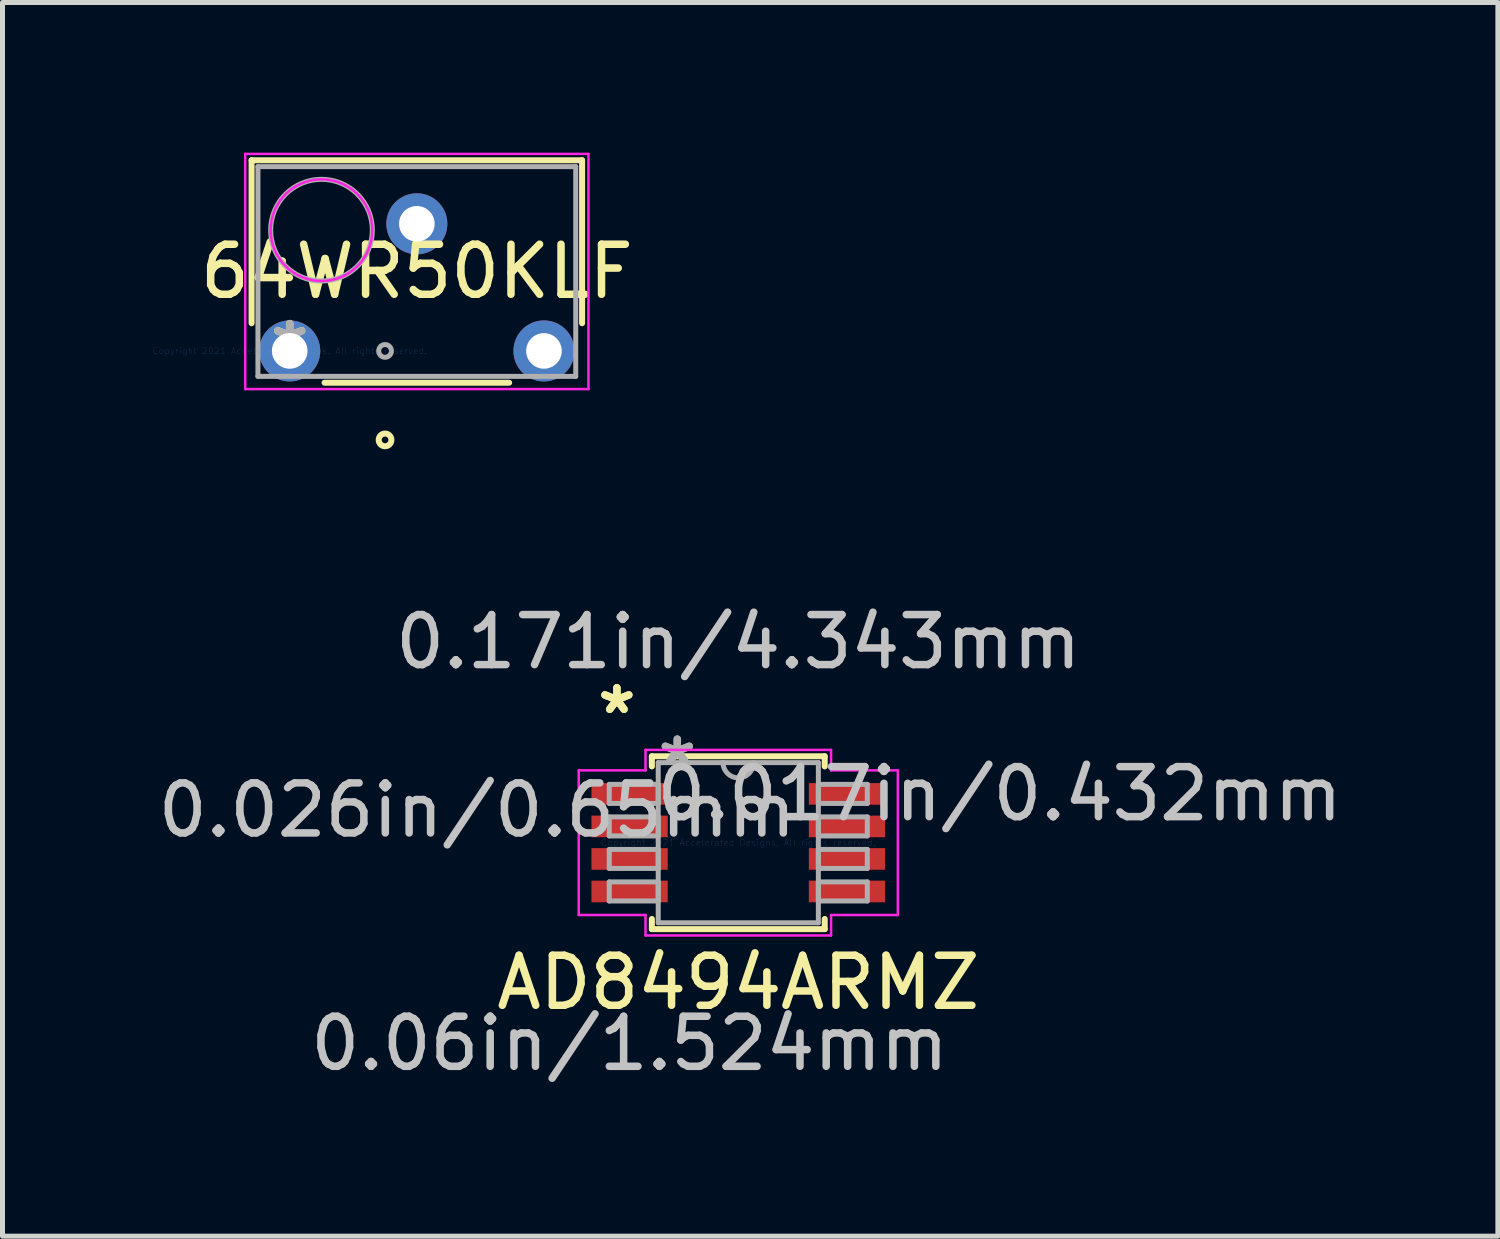
<source format=kicad_pcb>
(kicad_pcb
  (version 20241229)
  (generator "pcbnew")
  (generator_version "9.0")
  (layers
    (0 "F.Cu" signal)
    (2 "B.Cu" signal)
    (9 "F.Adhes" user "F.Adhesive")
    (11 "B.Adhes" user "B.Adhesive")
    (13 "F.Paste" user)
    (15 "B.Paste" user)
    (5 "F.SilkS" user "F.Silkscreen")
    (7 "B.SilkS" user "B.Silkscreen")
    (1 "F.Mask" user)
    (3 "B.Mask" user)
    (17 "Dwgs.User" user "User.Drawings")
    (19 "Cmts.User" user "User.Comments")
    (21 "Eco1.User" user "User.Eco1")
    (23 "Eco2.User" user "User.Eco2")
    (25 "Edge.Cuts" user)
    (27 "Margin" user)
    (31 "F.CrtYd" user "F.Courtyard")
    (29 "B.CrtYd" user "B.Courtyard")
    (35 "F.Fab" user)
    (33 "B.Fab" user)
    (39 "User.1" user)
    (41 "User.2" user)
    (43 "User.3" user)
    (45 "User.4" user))
  (footprint "AD8494ARMZ"
    (layer "F.Cu")
    (at 11.702 13.788)
    (property "Reference" "AD8494ARMZ" (at 0 2.794 0) (layer "F.SilkS") (effects (font (size 1 1) (thickness 0.15))))
    (attr through_hole)
    (fp_line (start -1.727 -1.727) (end -1.727 -1.524) (stroke (width 0.12) (type solid)) (layer "F.SilkS"))
    (fp_line (start -1.727 1.524) (end -1.727 1.727) (stroke (width 0.12) (type solid)) (layer "F.SilkS"))
    (fp_line (start -1.727 1.727) (end 1.727 1.727) (stroke (width 0.12) (type solid)) (layer "F.SilkS"))
    (fp_line (start 1.727 -1.727) (end -1.727 -1.727) (stroke (width 0.12) (type solid)) (layer "F.SilkS"))
    (fp_line (start 1.727 -1.524) (end 1.727 -1.727) (stroke (width 0.12) (type solid)) (layer "F.SilkS"))
    (fp_line (start 1.727 1.727) (end 1.727 1.524) (stroke (width 0.12) (type solid)) (layer "F.SilkS"))
    (fp_line (start -3.188 -1.445) (end -1.854 -1.445) (stroke (width 0.05) (type solid)) (layer "F.CrtYd"))
    (fp_line (start -3.188 1.445) (end -3.188 -1.445) (stroke (width 0.05) (type solid)) (layer "F.CrtYd"))
    (fp_line (start -1.854 -1.854) (end 1.854 -1.854) (stroke (width 0.05) (type solid)) (layer "F.CrtYd"))
    (fp_line (start -1.854 -1.445) (end -1.854 -1.854) (stroke (width 0.05) (type solid)) (layer "F.CrtYd"))
    (fp_line (start -1.854 1.445) (end -3.188 1.445) (stroke (width 0.05) (type solid)) (layer "F.CrtYd"))
    (fp_line (start -1.854 1.854) (end -1.854 1.445) (stroke (width 0.05) (type solid)) (layer "F.CrtYd"))
    (fp_line (start 1.854 -1.854) (end 1.854 -1.445) (stroke (width 0.05) (type solid)) (layer "F.CrtYd"))
    (fp_line (start 1.854 -1.445) (end 3.188 -1.445) (stroke (width 0.05) (type solid)) (layer "F.CrtYd"))
    (fp_line (start 1.854 1.445) (end 1.854 1.854) (stroke (width 0.05) (type solid)) (layer "F.CrtYd"))
    (fp_line (start 1.854 1.854) (end -1.854 1.854) (stroke (width 0.05) (type solid)) (layer "F.CrtYd"))
    (fp_line (start 3.188 -1.445) (end 3.188 1.445) (stroke (width 0.05) (type solid)) (layer "F.CrtYd"))
    (fp_line (start 3.188 1.445) (end 1.854 1.445) (stroke (width 0.05) (type solid)) (layer "F.CrtYd"))
    (fp_line (start -2.578 -1.165) (end -2.578 -0.784) (stroke (width 0.1) (type solid)) (layer "F.Fab"))
    (fp_line (start -2.578 -0.784) (end -1.6 -0.784) (stroke (width 0.1) (type solid)) (layer "F.Fab"))
    (fp_line (start -2.578 -0.515) (end -2.578 -0.135) (stroke (width 0.1) (type solid)) (layer "F.Fab"))
    (fp_line (start -2.578 -0.135) (end -1.6 -0.135) (stroke (width 0.1) (type solid)) (layer "F.Fab"))
    (fp_line (start -2.578 0.135) (end -2.578 0.515) (stroke (width 0.1) (type solid)) (layer "F.Fab"))
    (fp_line (start -2.578 0.515) (end -1.6 0.515) (stroke (width 0.1) (type solid)) (layer "F.Fab"))
    (fp_line (start -2.578 0.784) (end -2.578 1.165) (stroke (width 0.1) (type solid)) (layer "F.Fab"))
    (fp_line (start -2.578 1.165) (end -1.6 1.165) (stroke (width 0.1) (type solid)) (layer "F.Fab"))
    (fp_line (start -1.6 -1.6) (end -1.6 1.6) (stroke (width 0.1) (type solid)) (layer "F.Fab"))
    (fp_line (start -1.6 -1.165) (end -2.578 -1.165) (stroke (width 0.1) (type solid)) (layer "F.Fab"))
    (fp_line (start -1.6 -0.784) (end -1.6 -1.165) (stroke (width 0.1) (type solid)) (layer "F.Fab"))
    (fp_line (start -1.6 -0.515) (end -2.578 -0.515) (stroke (width 0.1) (type solid)) (layer "F.Fab"))
    (fp_line (start -1.6 -0.135) (end -1.6 -0.515) (stroke (width 0.1) (type solid)) (layer "F.Fab"))
    (fp_line (start -1.6 0.135) (end -2.578 0.135) (stroke (width 0.1) (type solid)) (layer "F.Fab"))
    (fp_line (start -1.6 0.515) (end -1.6 0.135) (stroke (width 0.1) (type solid)) (layer "F.Fab"))
    (fp_line (start -1.6 0.784) (end -2.578 0.784) (stroke (width 0.1) (type solid)) (layer "F.Fab"))
    (fp_line (start -1.6 1.165) (end -1.6 0.784) (stroke (width 0.1) (type solid)) (layer "F.Fab"))
    (fp_line (start -1.6 1.6) (end 1.6 1.6) (stroke (width 0.1) (type solid)) (layer "F.Fab"))
    (fp_line (start 1.6 -1.6) (end -1.6 -1.6) (stroke (width 0.1) (type solid)) (layer "F.Fab"))
    (fp_line (start 1.6 -1.165) (end 1.6 -0.784) (stroke (width 0.1) (type solid)) (layer "F.Fab"))
    (fp_line (start 1.6 -0.784) (end 2.578 -0.784) (stroke (width 0.1) (type solid)) (layer "F.Fab"))
    (fp_line (start 1.6 -0.515) (end 1.6 -0.135) (stroke (width 0.1) (type solid)) (layer "F.Fab"))
    (fp_line (start 1.6 -0.135) (end 2.578 -0.135) (stroke (width 0.1) (type solid)) (layer "F.Fab"))
    (fp_line (start 1.6 0.135) (end 1.6 0.515) (stroke (width 0.1) (type solid)) (layer "F.Fab"))
    (fp_line (start 1.6 0.515) (end 2.578 0.515) (stroke (width 0.1) (type solid)) (layer "F.Fab"))
    (fp_line (start 1.6 0.784) (end 1.6 1.165) (stroke (width 0.1) (type solid)) (layer "F.Fab"))
    (fp_line (start 1.6 1.165) (end 2.578 1.165) (stroke (width 0.1) (type solid)) (layer "F.Fab"))
    (fp_line (start 1.6 1.6) (end 1.6 -1.6) (stroke (width 0.1) (type solid)) (layer "F.Fab"))
    (fp_line (start 2.578 -1.165) (end 1.6 -1.165) (stroke (width 0.1) (type solid)) (layer "F.Fab"))
    (fp_line (start 2.578 -0.784) (end 2.578 -1.165) (stroke (width 0.1) (type solid)) (layer "F.Fab"))
    (fp_line (start 2.578 -0.515) (end 1.6 -0.515) (stroke (width 0.1) (type solid)) (layer "F.Fab"))
    (fp_line (start 2.578 -0.135) (end 2.578 -0.515) (stroke (width 0.1) (type solid)) (layer "F.Fab"))
    (fp_line (start 2.578 0.135) (end 1.6 0.135) (stroke (width 0.1) (type solid)) (layer "F.Fab"))
    (fp_line (start 2.578 0.515) (end 2.578 0.135) (stroke (width 0.1) (type solid)) (layer "F.Fab"))
    (fp_line (start 2.578 0.784) (end 1.6 0.784) (stroke (width 0.1) (type solid)) (layer "F.Fab"))
    (fp_line (start 2.578 1.165) (end 2.578 0.784) (stroke (width 0.1) (type solid)) (layer "F.Fab"))
    (fp_arc (start 0.3048 -1.6002) (mid 0 -1.2954) (end -0.3048 -1.6002) (stroke (width 0.1) (type solid)) (layer "F.Fab"))
    (fp_text user "*" (at -2.426 -2.55 0) (layer "F.SilkS") (effects (font (size 1 1) (thickness 0.15))))
    (fp_text user "*" (at -2.426 -2.55 0) (layer "F.SilkS") (effects (font (size 1 1) (thickness 0.15))))
    (fp_text user "0.06in/1.524mm" (at -2.172 4.013 0) (layer "Dwgs.User") (effects (font (size 1 1) (thickness 0.15))))
    (fp_text user "0.026in/0.65mm" (at -5.22 -0.65 0) (layer "Dwgs.User") (effects (font (size 1 1) (thickness 0.15))))
    (fp_text user "0.171in/4.343mm" (at 0 -4.013 0) (layer "Dwgs.User") (effects (font (size 1 1) (thickness 0.15))))
    (fp_text user "0.017in/0.432mm" (at 5.22 -0.975 0) (layer "Dwgs.User") (effects (font (size 1 1) (thickness 0.15))))
    (fp_text user "Copyright 2021 Accelerated Designs. All rights reserved." (at 0 0 0) (layer "Cmts.User") (effects (font (size 0.127 0.127) (thickness 0.002))))
    (fp_text user "*" (at -1.219 -1.524 0) (layer "F.Fab") (effects (font (size 1 1) (thickness 0.15))))
    (fp_text user "*" (at -1.219 -1.524 0) (layer "F.Fab") (effects (font (size 1 1) (thickness 0.15))))
    (pad "1" smd rect (at -2.172 -0.975) (size 1.524 0.432) (layers "F.Cu" "F.Mask" "F.Paste"))
    (pad "2" smd rect (at -2.172 -0.325) (size 1.524 0.432) (layers "F.Cu" "F.Mask" "F.Paste"))
    (pad "3" smd rect (at -2.172 0.325) (size 1.524 0.432) (layers "F.Cu" "F.Mask" "F.Paste"))
    (pad "4" smd rect (at -2.172 0.975) (size 1.524 0.432) (layers "F.Cu" "F.Mask" "F.Paste"))
    (pad "5" smd rect (at 2.172 0.975) (size 1.524 0.432) (layers "F.Cu" "F.Mask" "F.Paste"))
    (pad "6" smd rect (at 2.172 0.325) (size 1.524 0.432) (layers "F.Cu" "F.Mask" "F.Paste"))
    (pad "7" smd rect (at 2.172 -0.325) (size 1.524 0.432) (layers "F.Cu" "F.Mask" "F.Paste"))
    (pad "8" smd rect (at 2.172 -0.975) (size 1.524 0.432) (layers "F.Cu" "F.Mask" "F.Paste")))
  (footprint "64WR50KLF"
    (layer "F.Cu")
    (at 2.739 3.962)
    (property "Reference" "64WR50KLF" (at 2.54 -1.587 0) (layer "F.SilkS") (effects (font (size 1 1) (thickness 0.15))))
    (attr through_hole)
    (fp_line (start -0.762 -3.81) (end -0.762 -0.554) (stroke (width 0.12) (type solid)) (layer "F.SilkS"))
    (fp_line (start 0.696 0.635) (end 4.384 0.635) (stroke (width 0.12) (type solid)) (layer "F.SilkS"))
    (fp_line (start 5.842 -3.81) (end -0.762 -3.81) (stroke (width 0.12) (type solid)) (layer "F.SilkS"))
    (fp_line (start 5.842 -0.554) (end 5.842 -3.81) (stroke (width 0.12) (type solid)) (layer "F.SilkS"))
    (fp_circle (center 1.905 1.778) (end 2.032 1.778) (stroke (width 0.12) (type solid)) (fill no) (layer "F.SilkS"))
    (fp_line (start -0.889 -3.937) (end 5.969 -3.937) (stroke (width 0.05) (type solid)) (layer "F.CrtYd"))
    (fp_line (start -0.889 0.762) (end -0.889 -3.937) (stroke (width 0.05) (type solid)) (layer "F.CrtYd"))
    (fp_line (start 5.969 -3.937) (end 5.969 0.762) (stroke (width 0.05) (type solid)) (layer "F.CrtYd"))
    (fp_line (start 5.969 0.762) (end -0.889 0.762) (stroke (width 0.05) (type solid)) (layer "F.CrtYd"))
    (fp_circle (center 0.635 -2.413) (end 1.651 -2.413) (stroke (width 0.05) (type solid)) (fill no) (layer "F.CrtYd"))
    (fp_line (start -0.635 -3.683) (end -0.635 0.508) (stroke (width 0.1) (type solid)) (layer "F.Fab"))
    (fp_line (start -0.635 0.508) (end 5.715 0.508) (stroke (width 0.1) (type solid)) (layer "F.Fab"))
    (fp_line (start 5.715 -3.683) (end -0.635 -3.683) (stroke (width 0.1) (type solid)) (layer "F.Fab"))
    (fp_line (start 5.715 0.508) (end 5.715 -3.683) (stroke (width 0.1) (type solid)) (layer "F.Fab"))
    (fp_circle (center 0.635 -2.413) (end 1.651 -2.413) (stroke (width 0.1) (type solid)) (fill no) (layer "F.Fab"))
    (fp_circle (center 1.905 0) (end 2.032 0) (stroke (width 0.1) (type solid)) (fill no) (layer "F.Fab"))
    (fp_text user "*" (at 0 0 0) (layer "F.SilkS") (effects (font (size 1 1) (thickness 0.15))))
    (fp_text user "Copyright 2021 Accelerated Designs. All rights reserved." (at 0 0 0) (layer "Cmts.User") (effects (font (size 0.127 0.127) (thickness 0.002))))
    (fp_text user "*" (at 0 0 0) (layer "F.Fab") (effects (font (size 1 1) (thickness 0.15))))
    (pad "1" thru_hole circle (at 0 0) (size 1.219 1.219) (drill 0.711) (layers "*.Cu" "*.Mask"))
    (pad "2" thru_hole circle (at 2.54 -2.54) (size 1.219 1.219) (drill 0.711) (layers "*.Cu" "*.Mask"))
    (pad "3" thru_hole circle (at 5.08 0) (size 1.219 1.219) (drill 0.711) (layers "*.Cu" "*.Mask")))
  (gr_rect
    (start -3 -3)
    (end 26.88 21.65)
    (stroke (width 0.1) (type default))
    (fill no)
    (layer "Edge.Cuts")))
</source>
